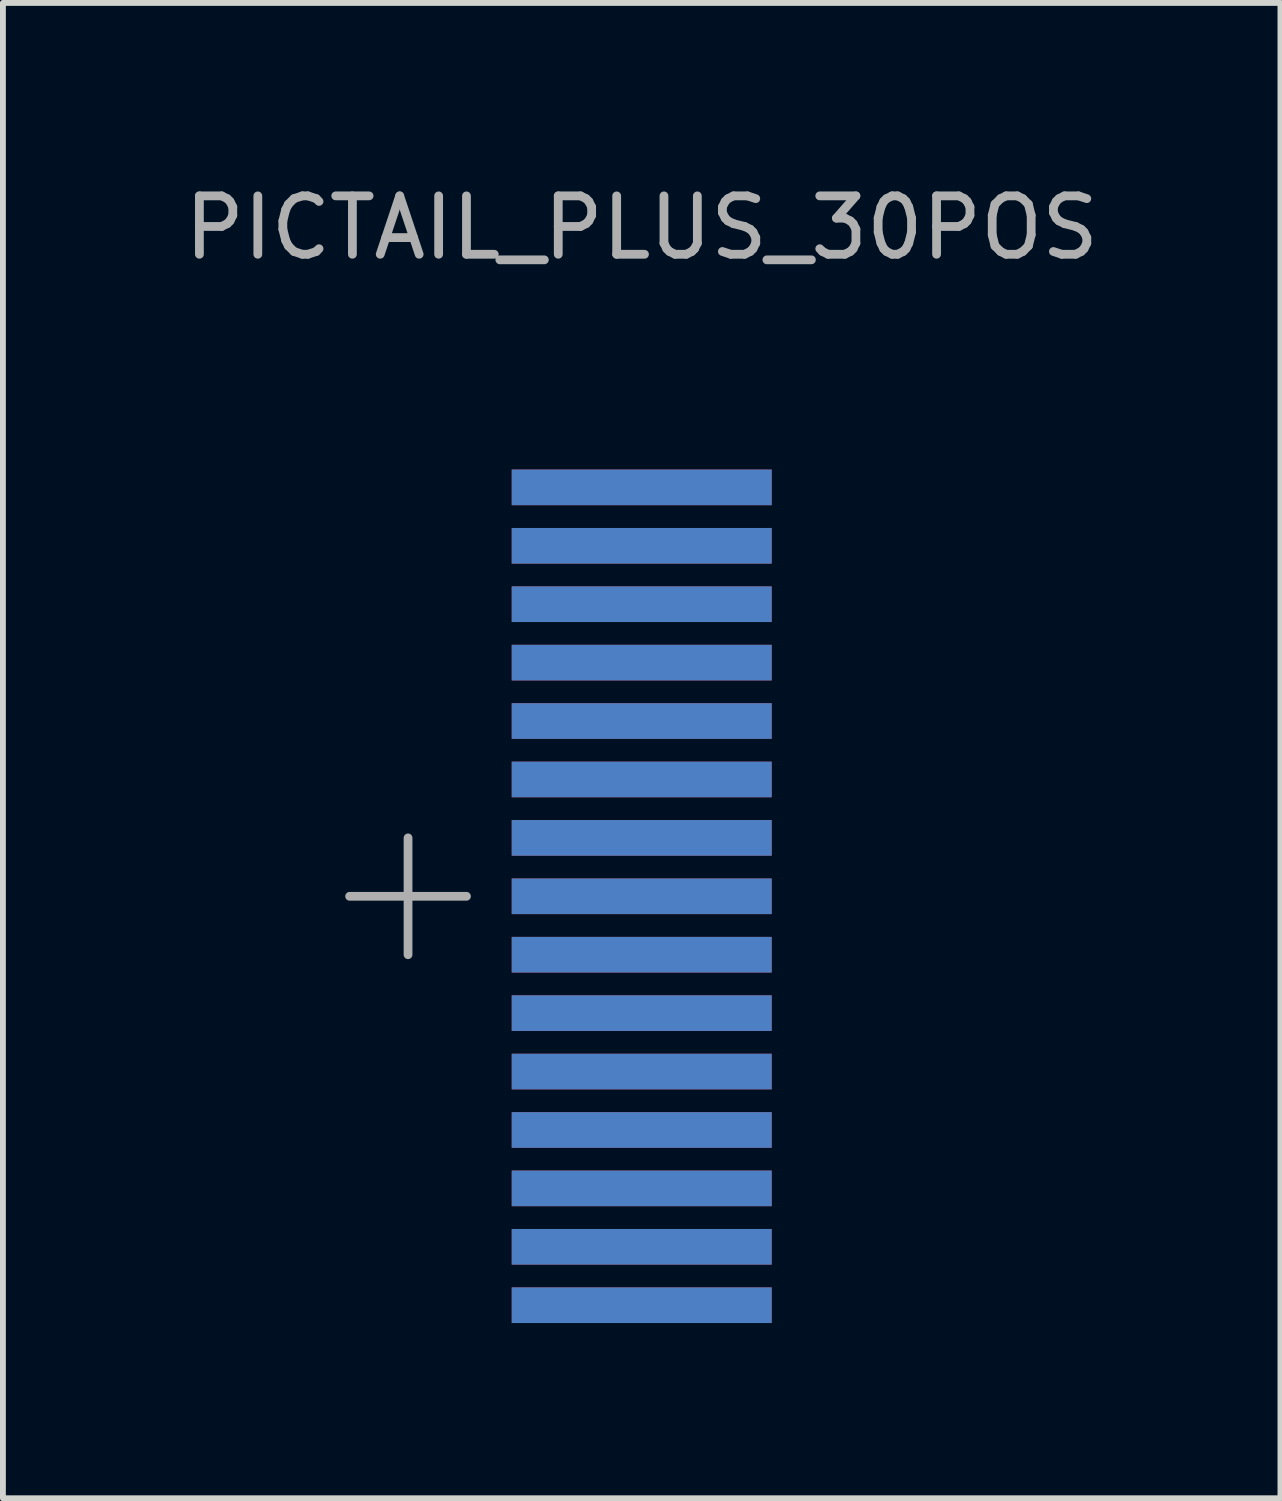
<source format=kicad_pcb>
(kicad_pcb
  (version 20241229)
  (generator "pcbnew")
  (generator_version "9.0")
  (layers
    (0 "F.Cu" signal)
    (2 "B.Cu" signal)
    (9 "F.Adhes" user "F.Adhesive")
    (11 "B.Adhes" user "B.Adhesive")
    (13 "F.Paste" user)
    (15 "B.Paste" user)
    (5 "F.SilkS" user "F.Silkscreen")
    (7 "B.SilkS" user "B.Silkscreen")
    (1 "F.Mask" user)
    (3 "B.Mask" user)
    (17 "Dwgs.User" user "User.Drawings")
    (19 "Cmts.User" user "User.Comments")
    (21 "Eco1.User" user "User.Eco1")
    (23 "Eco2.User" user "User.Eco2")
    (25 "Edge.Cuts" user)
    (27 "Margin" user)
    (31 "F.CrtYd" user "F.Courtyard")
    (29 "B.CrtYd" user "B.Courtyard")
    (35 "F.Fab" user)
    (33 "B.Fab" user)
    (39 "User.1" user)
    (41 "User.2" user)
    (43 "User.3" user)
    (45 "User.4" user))
  (footprint "PICTAIL_PLUS_30POS"
    (layer "F.Cu")
    (at 7.935 5.293)
    (property "Reference" "PICTAIL_PLUS_30POS" (at 0 -4.445 0) (layer "F.Fab") (effects (font (size 1 1) (thickness 0.15))))
    (attr through_hole)
    (fp_line (start -4 6) (end -4 8) (stroke (width 0.15) (type solid)) (layer "F.Fab"))
    (fp_line (start -3 7) (end -5 7) (stroke (width 0.15) (type solid)) (layer "F.Fab"))
    (pad "1" smd rect (at 0 0) (size 4.45 0.61) (layers "F.Cu" "F.Mask"))
    (pad "2" smd rect (at 0 0) (size 4.45 0.61) (layers "B.Cu" "B.Mask"))
    (pad "3" smd rect (at 0 1) (size 4.45 0.61) (layers "F.Cu" "F.Mask"))
    (pad "4" smd rect (at 0 1) (size 4.45 0.61) (layers "B.Cu" "B.Mask"))
    (pad "5" smd rect (at 0 2) (size 4.45 0.61) (layers "F.Cu" "F.Mask"))
    (pad "6" smd rect (at 0 2) (size 4.45 0.61) (layers "B.Cu" "B.Mask"))
    (pad "7" smd rect (at 0 3) (size 4.45 0.61) (layers "F.Cu" "F.Mask"))
    (pad "8" smd rect (at 0 3) (size 4.45 0.61) (layers "B.Cu" "B.Mask"))
    (pad "9" smd rect (at 0 4) (size 4.45 0.61) (layers "F.Cu" "F.Mask"))
    (pad "10" smd rect (at 0 4) (size 4.45 0.61) (layers "B.Cu" "B.Mask"))
    (pad "11" smd rect (at 0 5) (size 4.45 0.61) (layers "F.Cu" "F.Mask"))
    (pad "12" smd rect (at 0 5) (size 4.45 0.61) (layers "B.Cu" "B.Mask"))
    (pad "13" smd rect (at 0 6) (size 4.45 0.61) (layers "F.Cu" "F.Mask"))
    (pad "14" smd rect (at 0 6) (size 4.45 0.61) (layers "B.Cu" "B.Mask"))
    (pad "15" smd rect (at 0 7) (size 4.45 0.61) (layers "F.Cu" "F.Mask"))
    (pad "16" smd rect (at 0 7) (size 4.45 0.61) (layers "B.Cu" "B.Mask"))
    (pad "17" smd rect (at 0 8) (size 4.45 0.61) (layers "F.Cu" "F.Mask"))
    (pad "18" smd rect (at 0 8) (size 4.45 0.61) (layers "B.Cu" "B.Mask"))
    (pad "19" smd rect (at 0 9) (size 4.45 0.61) (layers "F.Cu" "F.Mask"))
    (pad "20" smd rect (at 0 9) (size 4.45 0.61) (layers "B.Cu" "B.Mask"))
    (pad "21" smd rect (at 0 10) (size 4.45 0.61) (layers "F.Cu" "F.Mask"))
    (pad "22" smd rect (at 0 10) (size 4.45 0.61) (layers "B.Cu" "B.Mask"))
    (pad "23" smd rect (at 0 11) (size 4.45 0.61) (layers "F.Cu" "F.Mask"))
    (pad "24" smd rect (at 0 11) (size 4.45 0.61) (layers "B.Cu" "B.Mask"))
    (pad "25" smd rect (at 0 12) (size 4.45 0.61) (layers "F.Cu" "F.Mask"))
    (pad "26" smd rect (at 0 12) (size 4.45 0.61) (layers "B.Cu" "B.Mask"))
    (pad "27" smd rect (at 0 13) (size 4.45 0.61) (layers "F.Cu" "F.Mask"))
    (pad "28" smd rect (at 0 13) (size 4.45 0.61) (layers "B.Cu" "B.Mask"))
    (pad "29" smd rect (at 0 14) (size 4.45 0.61) (layers "F.Cu" "F.Mask"))
    (pad "30" smd rect (at 0 14) (size 4.45 0.61) (layers "B.Cu" "B.Mask")))
  (gr_rect
    (start -3 -3)
    (end 18.869 22.598)
    (stroke (width 0.1) (type default))
    (fill no)
    (layer "Edge.Cuts")))
</source>
